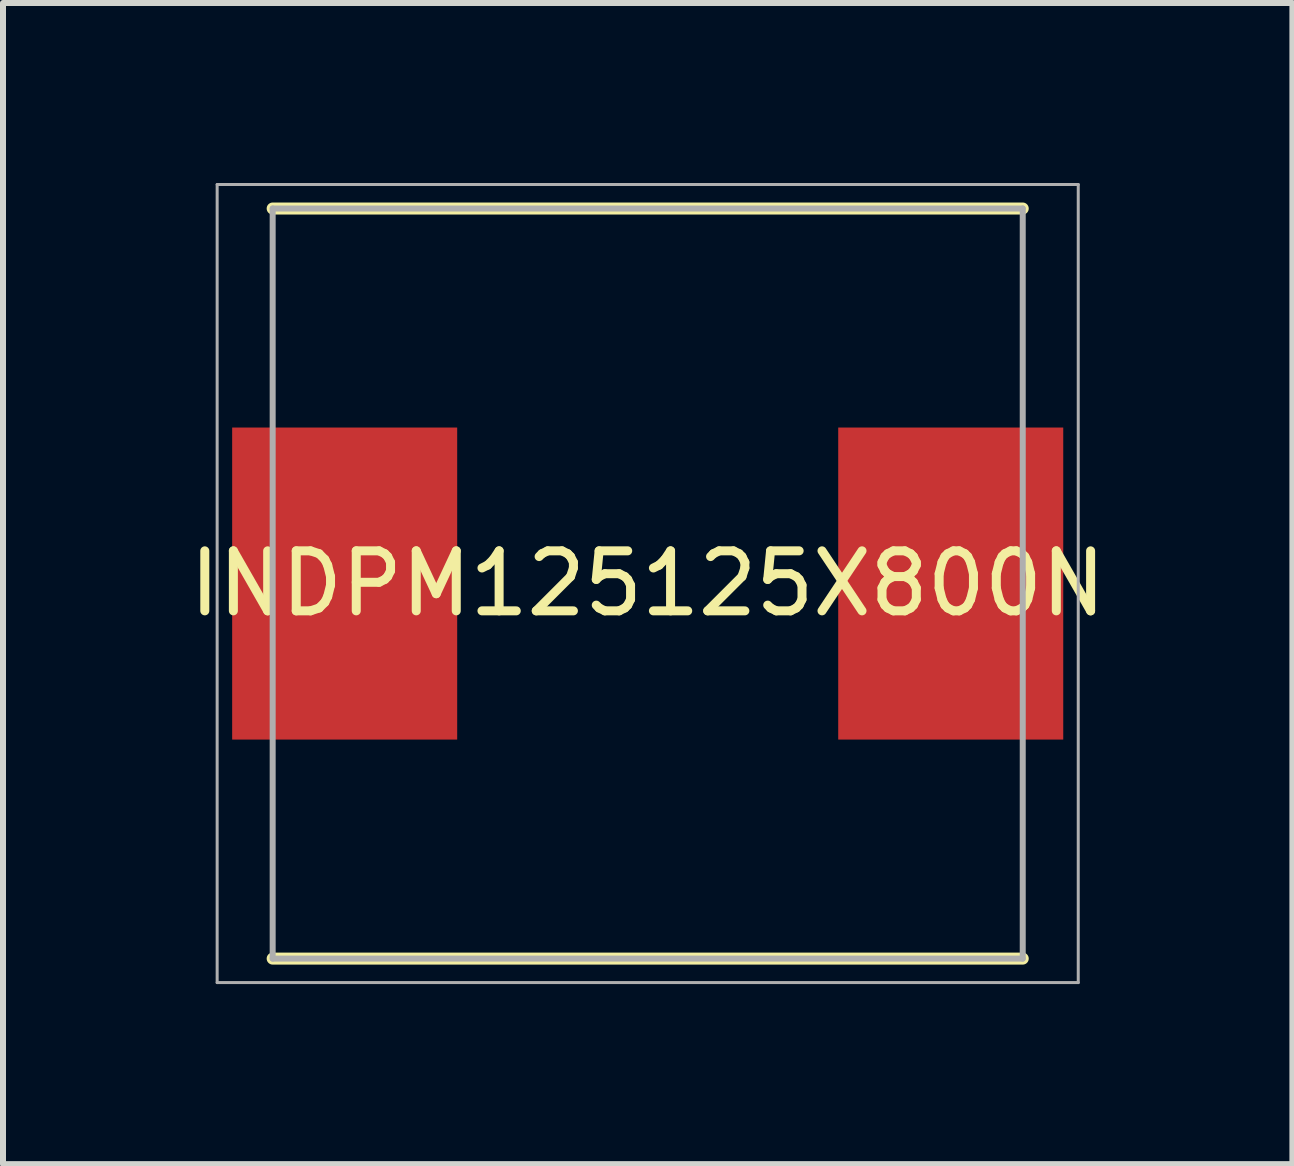
<source format=kicad_pcb>
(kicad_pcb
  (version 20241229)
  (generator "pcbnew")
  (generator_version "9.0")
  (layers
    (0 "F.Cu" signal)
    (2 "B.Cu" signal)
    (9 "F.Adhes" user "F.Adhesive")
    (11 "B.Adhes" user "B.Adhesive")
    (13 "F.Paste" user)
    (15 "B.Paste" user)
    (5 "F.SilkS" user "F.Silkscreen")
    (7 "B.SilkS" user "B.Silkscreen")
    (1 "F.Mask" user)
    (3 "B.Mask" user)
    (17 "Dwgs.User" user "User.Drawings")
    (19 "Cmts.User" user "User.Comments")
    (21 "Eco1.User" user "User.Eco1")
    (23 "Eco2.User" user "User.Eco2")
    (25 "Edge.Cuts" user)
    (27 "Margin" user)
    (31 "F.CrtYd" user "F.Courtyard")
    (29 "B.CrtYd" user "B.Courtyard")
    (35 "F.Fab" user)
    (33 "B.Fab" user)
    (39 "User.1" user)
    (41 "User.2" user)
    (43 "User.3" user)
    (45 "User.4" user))
  (footprint "INDPM125125X800N"
    (layer "F.Cu")
    (at 7.744 6.675)
    (property "Reference" "INDPM125125X800N" (at 0 0 0) (layer "F.SilkS") (effects (font (size 1 1) (thickness 0.15))))
    (attr smd)
    (fp_line (start -6.25 6.25) (end 6.25 6.25) (stroke (width 0.2) (type solid)) (layer "F.SilkS"))
    (fp_line (start 6.25 -6.25) (end -6.25 -6.25) (stroke (width 0.2) (type solid)) (layer "F.SilkS"))
    (fp_line (start -7.175 -6.65) (end 7.175 -6.65) (stroke (width 0.05) (type solid)) (layer "F.Fab"))
    (fp_line (start -7.175 6.65) (end -7.175 -6.65) (stroke (width 0.05) (type solid)) (layer "F.Fab"))
    (fp_line (start -6.25 -6.25) (end 6.25 -6.25) (stroke (width 0.1) (type solid)) (layer "F.Fab"))
    (fp_line (start -6.25 6.25) (end -6.25 -6.25) (stroke (width 0.1) (type solid)) (layer "F.Fab"))
    (fp_line (start 6.25 -6.25) (end 6.25 6.25) (stroke (width 0.1) (type solid)) (layer "F.Fab"))
    (fp_line (start 6.25 6.25) (end -6.25 6.25) (stroke (width 0.1) (type solid)) (layer "F.Fab"))
    (fp_line (start 7.175 -6.65) (end 7.175 6.65) (stroke (width 0.05) (type solid)) (layer "F.Fab"))
    (fp_line (start 7.175 6.65) (end -7.175 6.65) (stroke (width 0.05) (type solid)) (layer "F.Fab"))
    (pad "1" smd rect (at -5.05 0) (size 3.75 5.2) (layers "F.Cu" "F.Mask" "F.Paste"))
    (pad "2" smd rect (at 5.05 0) (size 3.75 5.2) (layers "F.Cu" "F.Mask" "F.Paste")))
  (gr_rect
    (start -3 -3)
    (end 18.488 16.35)
    (stroke (width 0.1) (type default))
    (fill no)
    (layer "Edge.Cuts")))
</source>
